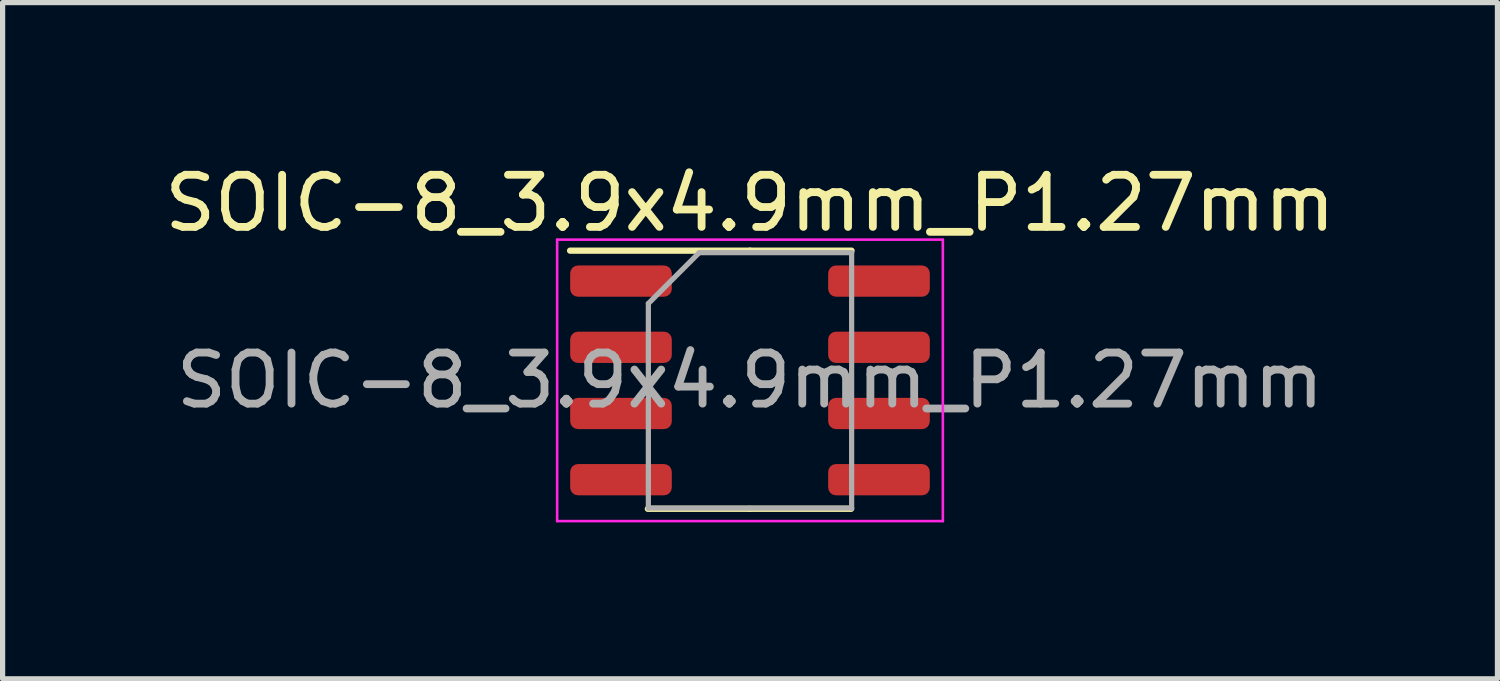
<source format=kicad_pcb>
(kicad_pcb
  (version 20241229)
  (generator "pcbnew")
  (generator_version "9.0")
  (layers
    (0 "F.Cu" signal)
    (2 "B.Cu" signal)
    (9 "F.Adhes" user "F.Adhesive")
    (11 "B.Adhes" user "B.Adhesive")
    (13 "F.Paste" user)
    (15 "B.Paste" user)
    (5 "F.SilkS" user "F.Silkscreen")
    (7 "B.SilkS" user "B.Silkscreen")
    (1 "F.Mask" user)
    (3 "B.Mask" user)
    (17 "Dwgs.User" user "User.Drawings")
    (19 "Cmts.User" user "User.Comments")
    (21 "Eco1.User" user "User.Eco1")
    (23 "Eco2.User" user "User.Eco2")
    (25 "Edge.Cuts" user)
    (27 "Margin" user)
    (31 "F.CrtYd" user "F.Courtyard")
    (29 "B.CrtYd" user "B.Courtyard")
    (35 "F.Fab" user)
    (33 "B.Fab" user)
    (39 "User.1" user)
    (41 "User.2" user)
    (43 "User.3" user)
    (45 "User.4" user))
  (footprint "SOIC-8_3.9x4.9mm_P1.27mm"
    (layer "F.Cu")
    (at 11.339 4.248)
    (property "Reference" "SOIC-8_3.9x4.9mm_P1.27mm" (at 0 -3.4 0) (layer "F.SilkS") (effects (font (size 1 1) (thickness 0.15))))
    (attr smd)
    (fp_line (start -0.01 2.464) (end -1.96 2.464) (stroke (width 0.12) (type solid)) (layer "F.SilkS"))
    (fp_line (start -0.01 2.464) (end 1.94 2.464) (stroke (width 0.12) (type solid)) (layer "F.SilkS"))
    (fp_line (start -0.002 -2.489) (end -3.452 -2.489) (stroke (width 0.12) (type solid)) (layer "F.SilkS"))
    (fp_line (start -0.002 -2.489) (end 1.948 -2.489) (stroke (width 0.12) (type solid)) (layer "F.SilkS"))
    (fp_line (start -3.7 -2.7) (end -3.7 2.7) (stroke (width 0.05) (type solid)) (layer "F.CrtYd"))
    (fp_line (start -3.7 2.7) (end 3.7 2.7) (stroke (width 0.05) (type solid)) (layer "F.CrtYd"))
    (fp_line (start 3.7 -2.7) (end -3.7 -2.7) (stroke (width 0.05) (type solid)) (layer "F.CrtYd"))
    (fp_line (start 3.7 2.7) (end 3.7 -2.7) (stroke (width 0.05) (type solid)) (layer "F.CrtYd"))
    (fp_line (start -1.95 -1.475) (end -0.975 -2.45) (stroke (width 0.1) (type solid)) (layer "F.Fab"))
    (fp_line (start -1.95 2.45) (end -1.95 -1.475) (stroke (width 0.1) (type solid)) (layer "F.Fab"))
    (fp_line (start -0.975 -2.45) (end 1.95 -2.45) (stroke (width 0.1) (type solid)) (layer "F.Fab"))
    (fp_line (start 1.95 -2.45) (end 1.95 2.45) (stroke (width 0.1) (type solid)) (layer "F.Fab"))
    (fp_line (start 1.95 2.45) (end -1.95 2.45) (stroke (width 0.1) (type solid)) (layer "F.Fab"))
    (fp_text user "${REFERENCE}" (at 0 0 0) (layer "F.Fab") (effects (font (size 0.98 0.98) (thickness 0.15))))
    (pad "1" smd roundrect (at -2.475 -1.905) (size 1.95 0.6) (layers "F.Cu" "F.Mask" "F.Paste") (roundrect_rratio 0.25))
    (pad "2" smd roundrect (at -2.475 -0.635) (size 1.95 0.6) (layers "F.Cu" "F.Mask" "F.Paste") (roundrect_rratio 0.25))
    (pad "3" smd roundrect (at -2.475 0.635) (size 1.95 0.6) (layers "F.Cu" "F.Mask" "F.Paste") (roundrect_rratio 0.25))
    (pad "4" smd roundrect (at -2.475 1.905) (size 1.95 0.6) (layers "F.Cu" "F.Mask" "F.Paste") (roundrect_rratio 0.25))
    (pad "5" smd roundrect (at 2.475 1.905) (size 1.95 0.6) (layers "F.Cu" "F.Mask" "F.Paste") (roundrect_rratio 0.25))
    (pad "6" smd roundrect (at 2.475 0.635) (size 1.95 0.6) (layers "F.Cu" "F.Mask" "F.Paste") (roundrect_rratio 0.25))
    (pad "7" smd roundrect (at 2.475 -0.635) (size 1.95 0.6) (layers "F.Cu" "F.Mask" "F.Paste") (roundrect_rratio 0.25))
    (pad "8" smd roundrect (at 2.475 -1.905) (size 1.95 0.6) (layers "F.Cu" "F.Mask" "F.Paste") (roundrect_rratio 0.25)))
  (gr_rect
    (start -3 -3)
    (end 25.679 9.973)
    (stroke (width 0.1) (type default))
    (fill no)
    (layer "Edge.Cuts")))
</source>
